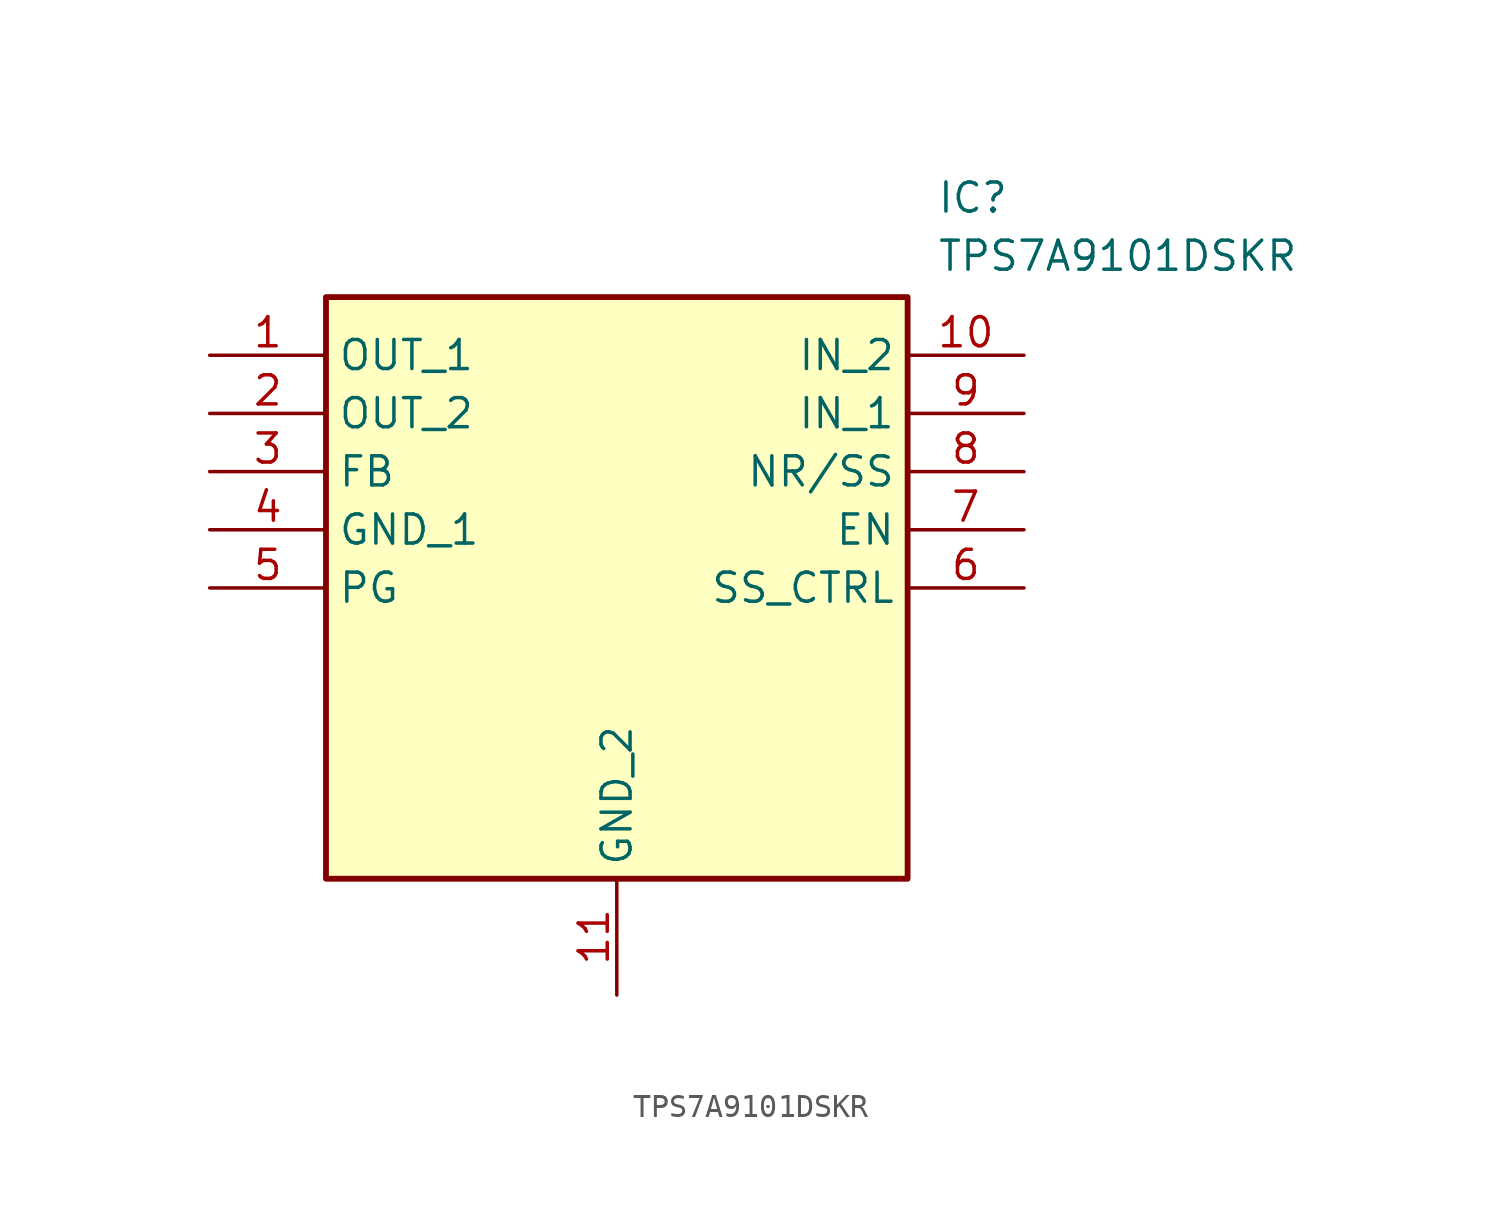
<source format=kicad_sym>
(kicad_symbol_lib
  (version 20211014)
  (generator SamacSys_ECAD_Model)
  (symbol "TPS7A9101DSKR"
    (property "Reference" "IC"
      (at 31.75 7.62 0)
      (effects (font (size 1.27 1.27)) (justify left top)))
    (property "Value" "TPS7A9101DSKR"
      (at 31.75 5.08 0)
      (effects (font (size 1.27 1.27)) (justify left top)))
    (rectangle
      (start 5.08 2.54)
      (end 30.48 -22.86)
      (stroke (width 0.254) (type default))
      (fill (type background)))
    (pin passive line
      (at 0 0 0)
      (length 5.08)
      (name "OUT_1" (effects (font (size 1.27 1.27))))
      (number "1" (effects (font (size 1.27 1.27)))))
    (pin passive line
      (at 0 -2.54 0)
      (length 5.08)
      (name "OUT_2" (effects (font (size 1.27 1.27))))
      (number "2" (effects (font (size 1.27 1.27)))))
    (pin passive line
      (at 0 -5.08 0)
      (length 5.08)
      (name "FB" (effects (font (size 1.27 1.27))))
      (number "3" (effects (font (size 1.27 1.27)))))
    (pin passive line
      (at 0 -7.62 0)
      (length 5.08)
      (name "GND_1" (effects (font (size 1.27 1.27))))
      (number "4" (effects (font (size 1.27 1.27)))))
    (pin passive line
      (at 0 -10.16 0)
      (length 5.08)
      (name "PG" (effects (font (size 1.27 1.27))))
      (number "5" (effects (font (size 1.27 1.27)))))
    (pin passive line
      (at 17.78 -27.94 90)
      (length 5.08)
      (name "GND_2" (effects (font (size 1.27 1.27))))
      (number "11" (effects (font (size 1.27 1.27)))))
    (pin passive line
      (at 35.56 0 180)
      (length 5.08)
      (name "IN_2" (effects (font (size 1.27 1.27))))
      (number "10" (effects (font (size 1.27 1.27)))))
    (pin passive line
      (at 35.56 -2.54 180)
      (length 5.08)
      (name "IN_1" (effects (font (size 1.27 1.27))))
      (number "9" (effects (font (size 1.27 1.27)))))
    (pin passive line
      (at 35.56 -5.08 180)
      (length 5.08)
      (name "NR/SS" (effects (font (size 1.27 1.27))))
      (number "8" (effects (font (size 1.27 1.27)))))
    (pin passive line
      (at 35.56 -7.62 180)
      (length 5.08)
      (name "EN" (effects (font (size 1.27 1.27))))
      (number "7" (effects (font (size 1.27 1.27)))))
    (pin passive line
      (at 35.56 -10.16 180)
      (length 5.08)
      (name "SS_CTRL" (effects (font (size 1.27 1.27))))
      (number "6" (effects (font (size 1.27 1.27)))))))
</source>
